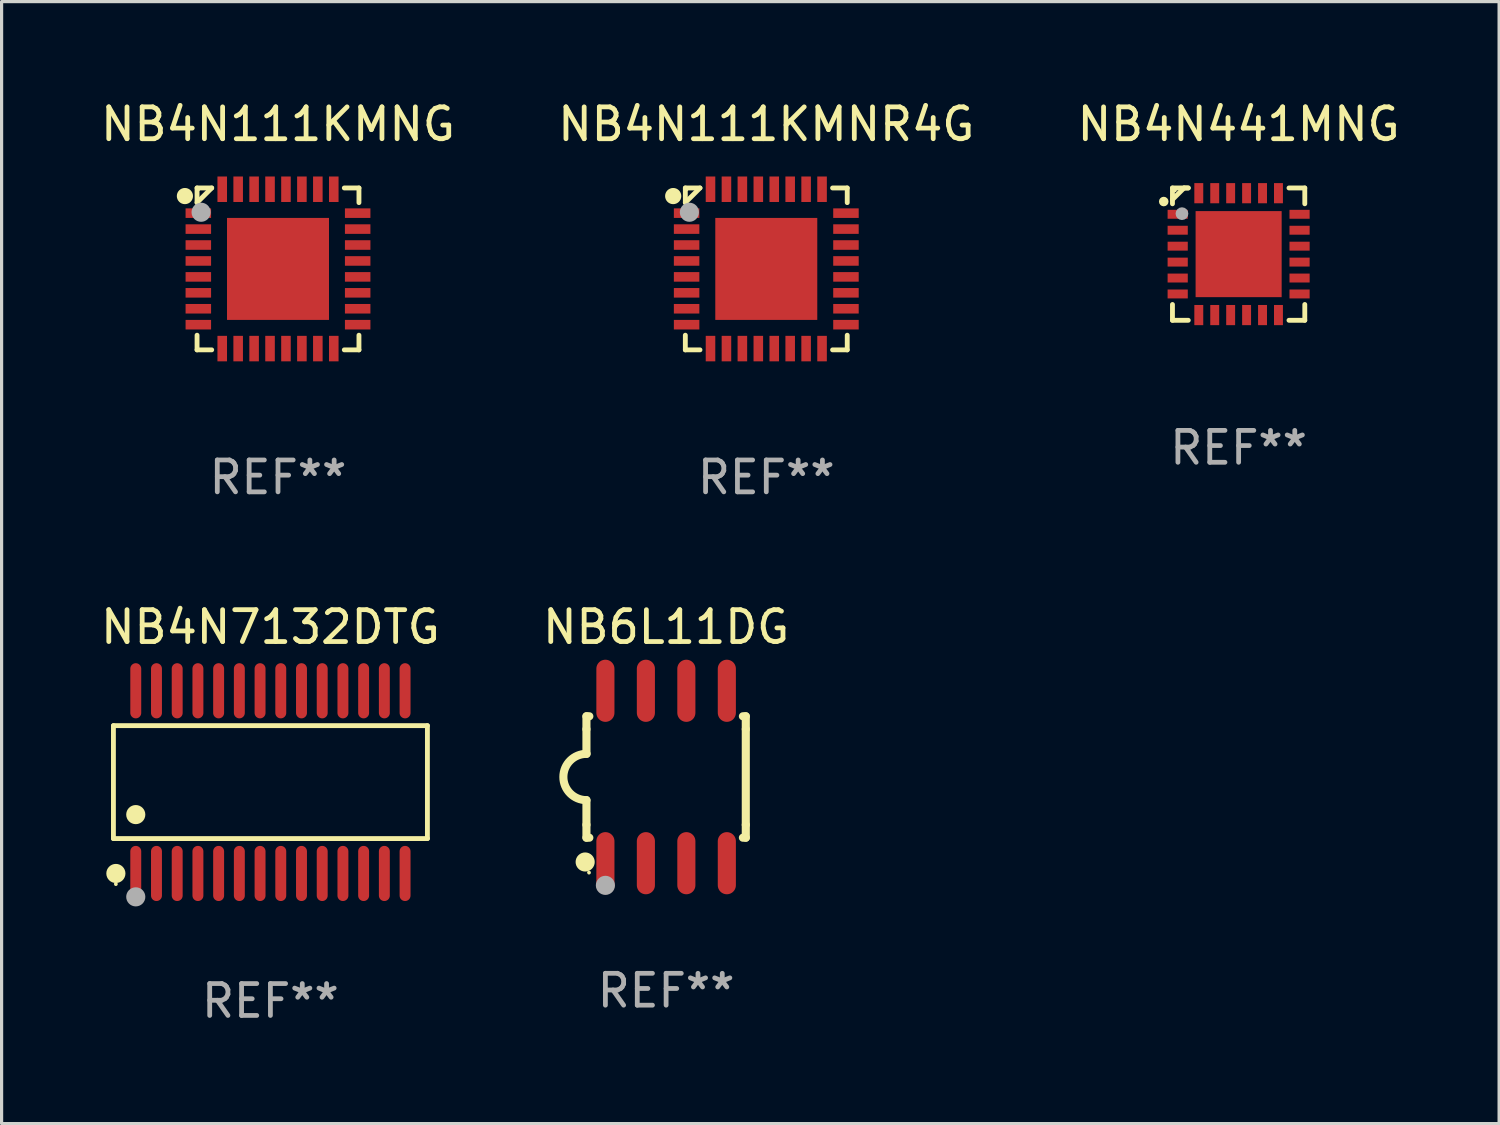
<source format=kicad_pcb>
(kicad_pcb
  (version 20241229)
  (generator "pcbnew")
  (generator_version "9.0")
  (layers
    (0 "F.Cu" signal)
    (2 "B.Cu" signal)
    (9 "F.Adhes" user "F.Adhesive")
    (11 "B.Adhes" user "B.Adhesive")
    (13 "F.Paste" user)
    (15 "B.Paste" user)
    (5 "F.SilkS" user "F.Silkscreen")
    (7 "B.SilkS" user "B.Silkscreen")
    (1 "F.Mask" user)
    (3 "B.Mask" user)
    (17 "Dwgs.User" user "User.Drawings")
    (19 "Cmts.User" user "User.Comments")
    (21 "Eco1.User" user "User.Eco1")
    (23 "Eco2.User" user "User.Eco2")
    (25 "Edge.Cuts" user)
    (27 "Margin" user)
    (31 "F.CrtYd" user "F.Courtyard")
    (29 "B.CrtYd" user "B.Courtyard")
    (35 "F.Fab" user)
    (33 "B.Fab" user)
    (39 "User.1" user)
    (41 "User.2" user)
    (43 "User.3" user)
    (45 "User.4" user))
  (footprint "NB4N111KMNG"
    (layer "F.Cu")
    (at 5.673 5.388)
    (property "Reference" "NB4N111KMNG" (at 0 -4.54 0) (layer "F.SilkS") (effects (font (size 1 1) (thickness 0.15))))
    (attr through_hole)
    (fp_line (start -2.54 -2.54) (end -2.08 -2.54) (stroke (width 0.152) (type solid)) (layer "F.SilkS"))
    (fp_line (start -2.54 -2.08) (end -2.54 -2.54) (stroke (width 0.152) (type solid)) (layer "F.SilkS"))
    (fp_line (start -2.54 -2.08) (end -2.08 -2.54) (stroke (width 0.152) (type solid)) (layer "F.SilkS"))
    (fp_line (start -2.54 2.54) (end -2.54 2.08) (stroke (width 0.152) (type solid)) (layer "F.SilkS"))
    (fp_line (start -2.08 2.54) (end -2.54 2.54) (stroke (width 0.152) (type solid)) (layer "F.SilkS"))
    (fp_line (start 2.08 -2.54) (end 2.54 -2.54) (stroke (width 0.152) (type solid)) (layer "F.SilkS"))
    (fp_line (start 2.54 -2.54) (end 2.54 -2.08) (stroke (width 0.152) (type solid)) (layer "F.SilkS"))
    (fp_line (start 2.54 2.08) (end 2.54 2.54) (stroke (width 0.152) (type solid)) (layer "F.SilkS"))
    (fp_line (start 2.54 2.54) (end 2.08 2.54) (stroke (width 0.152) (type solid)) (layer "F.SilkS"))
    (fp_circle (center -2.921 -2.286) (end -2.794 -2.286) (stroke (width 0.254) (type solid)) (fill no) (layer "F.SilkS"))
    (fp_circle (center -2.5 -2.5) (end -2.47 -2.5) (stroke (width 0.06) (type solid)) (fill no) (layer "F.SilkS"))
    (fp_circle (center -2.413 -1.778) (end -2.263 -1.778) (stroke (width 0.3) (type solid)) (fill no) (layer "F.Fab"))
    (fp_text user "REF**" (at 0 6.54 0) (layer "F.Fab") (effects (font (size 1 1) (thickness 0.15))))
    (pad "1" smd rect (at -2.5 -1.75 90) (size 0.3 0.8) (layers "F.Cu" "F.Mask" "F.Paste"))
    (pad "2" smd rect (at -2.5 -1.25 90) (size 0.3 0.8) (layers "F.Cu" "F.Mask" "F.Paste"))
    (pad "3" smd rect (at -2.5 -0.75 90) (size 0.3 0.8) (layers "F.Cu" "F.Mask" "F.Paste"))
    (pad "4" smd rect (at -2.5 -0.25 90) (size 0.3 0.8) (layers "F.Cu" "F.Mask" "F.Paste"))
    (pad "5" smd rect (at -2.5 0.25 90) (size 0.3 0.8) (layers "F.Cu" "F.Mask" "F.Paste"))
    (pad "6" smd rect (at -2.5 0.75 90) (size 0.3 0.8) (layers "F.Cu" "F.Mask" "F.Paste"))
    (pad "7" smd rect (at -2.5 1.25 90) (size 0.3 0.8) (layers "F.Cu" "F.Mask" "F.Paste"))
    (pad "8" smd rect (at -2.5 1.75 90) (size 0.3 0.8) (layers "F.Cu" "F.Mask" "F.Paste"))
    (pad "9" smd rect (at -1.75 2.5 180) (size 0.3 0.8) (layers "F.Cu" "F.Mask" "F.Paste"))
    (pad "10" smd rect (at -1.25 2.5 180) (size 0.3 0.8) (layers "F.Cu" "F.Mask" "F.Paste"))
    (pad "11" smd rect (at -0.75 2.5 180) (size 0.3 0.8) (layers "F.Cu" "F.Mask" "F.Paste"))
    (pad "12" smd rect (at -0.25 2.5 180) (size 0.3 0.8) (layers "F.Cu" "F.Mask" "F.Paste"))
    (pad "13" smd rect (at 0.25 2.5 180) (size 0.3 0.8) (layers "F.Cu" "F.Mask" "F.Paste"))
    (pad "14" smd rect (at 0.75 2.5 180) (size 0.3 0.8) (layers "F.Cu" "F.Mask" "F.Paste"))
    (pad "15" smd rect (at 1.25 2.5 180) (size 0.3 0.8) (layers "F.Cu" "F.Mask" "F.Paste"))
    (pad "16" smd rect (at 1.75 2.5 180) (size 0.3 0.8) (layers "F.Cu" "F.Mask" "F.Paste"))
    (pad "17" smd rect (at 2.5 1.75 270) (size 0.3 0.8) (layers "F.Cu" "F.Mask" "F.Paste"))
    (pad "18" smd rect (at 2.5 1.25 270) (size 0.3 0.8) (layers "F.Cu" "F.Mask" "F.Paste"))
    (pad "19" smd rect (at 2.5 0.75 270) (size 0.3 0.8) (layers "F.Cu" "F.Mask" "F.Paste"))
    (pad "20" smd rect (at 2.5 0.25 270) (size 0.3 0.8) (layers "F.Cu" "F.Mask" "F.Paste"))
    (pad "21" smd rect (at 2.5 -0.25 270) (size 0.3 0.8) (layers "F.Cu" "F.Mask" "F.Paste"))
    (pad "22" smd rect (at 2.5 -0.75 270) (size 0.3 0.8) (layers "F.Cu" "F.Mask" "F.Paste"))
    (pad "23" smd rect (at 2.5 -1.25 270) (size 0.3 0.8) (layers "F.Cu" "F.Mask" "F.Paste"))
    (pad "24" smd rect (at 2.5 -1.75 270) (size 0.3 0.8) (layers "F.Cu" "F.Mask" "F.Paste"))
    (pad "25" smd rect (at 1.75 -2.5) (size 0.3 0.8) (layers "F.Cu" "F.Mask" "F.Paste"))
    (pad "26" smd rect (at 1.25 -2.5) (size 0.3 0.8) (layers "F.Cu" "F.Mask" "F.Paste"))
    (pad "27" smd rect (at 0.75 -2.5) (size 0.3 0.8) (layers "F.Cu" "F.Mask" "F.Paste"))
    (pad "28" smd rect (at 0.25 -2.5) (size 0.3 0.8) (layers "F.Cu" "F.Mask" "F.Paste"))
    (pad "29" smd rect (at -0.25 -2.5) (size 0.3 0.8) (layers "F.Cu" "F.Mask" "F.Paste"))
    (pad "30" smd rect (at -0.75 -2.5) (size 0.3 0.8) (layers "F.Cu" "F.Mask" "F.Paste"))
    (pad "31" smd rect (at -1.25 -2.5) (size 0.3 0.8) (layers "F.Cu" "F.Mask" "F.Paste"))
    (pad "32" smd rect (at -1.75 -2.5) (size 0.3 0.8) (layers "F.Cu" "F.Mask" "F.Paste"))
    (pad "33" smd rect (at 0 0 90) (size 3.2 3.2) (layers "F.Cu" "F.Mask" "F.Paste")))
  (footprint "NB6L11DG"
    (layer "F.Cu")
    (at 17.851 21.33)
    (property "Reference" "NB6L11DG" (at 0 -4.705 0) (layer "F.SilkS") (effects (font (size 1 1) (thickness 0.15))))
    (attr through_hole)
    (fp_line (start -2.5 -1.905) (end -2.409 -1.905) (stroke (width 0.254) (type solid)) (layer "F.SilkS"))
    (fp_line (start -2.5 -1.5) (end -2.5 -1.905) (stroke (width 0.254) (type solid)) (layer "F.SilkS"))
    (fp_line (start -2.5 -1.5) (end -2.5 -0.726) (stroke (width 0.254) (type solid)) (layer "F.SilkS"))
    (fp_line (start -2.5 1.5) (end -2.5 0.727) (stroke (width 0.254) (type solid)) (layer "F.SilkS"))
    (fp_line (start -2.5 1.5) (end -2.5 1.905) (stroke (width 0.254) (type solid)) (layer "F.SilkS"))
    (fp_line (start -2.5 1.905) (end -2.409 1.905) (stroke (width 0.254) (type solid)) (layer "F.SilkS"))
    (fp_line (start 2.5 -1.905) (end 2.409 -1.905) (stroke (width 0.254) (type solid)) (layer "F.SilkS"))
    (fp_line (start 2.5 -1.5) (end 2.5 -1.905) (stroke (width 0.254) (type solid)) (layer "F.SilkS"))
    (fp_line (start 2.5 -1.5) (end 2.5 1.5) (stroke (width 0.254) (type solid)) (layer "F.SilkS"))
    (fp_line (start 2.5 1.5) (end 2.5 1.905) (stroke (width 0.254) (type solid)) (layer "F.SilkS"))
    (fp_line (start 2.5 1.905) (end 2.409 1.905) (stroke (width 0.254) (type solid)) (layer "F.SilkS"))
    (fp_arc (start -2.5 0.726568) (mid -3.220316 -0.0023) (end -2.495097 -0.726289) (stroke (width 0.254001) (type solid)) (layer "F.SilkS"))
    (fp_circle (center -2.54 2.667) (end -2.39 2.667) (stroke (width 0.3) (type solid)) (fill no) (layer "F.SilkS"))
    (fp_circle (center -2.42 3) (end -2.39 3) (stroke (width 0.06) (type solid)) (fill no) (layer "F.SilkS"))
    (fp_circle (center -1.905 3.4) (end -1.755 3.4) (stroke (width 0.3) (type solid)) (fill no) (layer "F.Fab"))
    (fp_text user "REF**" (at 0 6.705 0) (layer "F.Fab") (effects (font (size 1 1) (thickness 0.15))))
    (pad "1" smd oval (at -1.905 2.705) (size 0.568 1.95) (layers "F.Cu" "F.Mask" "F.Paste"))
    (pad "2" smd oval (at -0.635 2.705) (size 0.568 1.95) (layers "F.Cu" "F.Mask" "F.Paste"))
    (pad "3" smd oval (at 0.635 2.705) (size 0.568 1.95) (layers "F.Cu" "F.Mask" "F.Paste"))
    (pad "4" smd oval (at 1.905 2.705) (size 0.568 1.95) (layers "F.Cu" "F.Mask" "F.Paste"))
    (pad "5" smd oval (at 1.905 -2.705) (size 0.568 1.95) (layers "F.Cu" "F.Mask" "F.Paste"))
    (pad "6" smd oval (at 0.635 -2.705) (size 0.568 1.95) (layers "F.Cu" "F.Mask" "F.Paste"))
    (pad "7" smd oval (at -0.635 -2.705) (size 0.568 1.95) (layers "F.Cu" "F.Mask" "F.Paste"))
    (pad "8" smd oval (at -1.905 -2.705) (size 0.568 1.95) (layers "F.Cu" "F.Mask" "F.Paste")))
  (footprint "NB4N7132DTG"
    (layer "F.Cu")
    (at 5.435 21.491)
    (property "Reference" "NB4N7132DTG" (at 0 -4.866 0) (layer "F.SilkS") (effects (font (size 1 1) (thickness 0.15))))
    (attr through_hole)
    (fp_line (start -4.926 -1.772) (end 4.926 -1.772) (stroke (width 0.152) (type solid)) (layer "F.SilkS"))
    (fp_line (start -4.926 1.771) (end -4.926 -1.772) (stroke (width 0.152) (type solid)) (layer "F.SilkS"))
    (fp_line (start 4.926 -1.772) (end 4.926 1.771) (stroke (width 0.152) (type solid)) (layer "F.SilkS"))
    (fp_line (start 4.926 1.771) (end -4.926 1.771) (stroke (width 0.152) (type solid)) (layer "F.SilkS"))
    (fp_circle (center -4.85 3.2) (end -4.82 3.2) (stroke (width 0.06) (type solid)) (fill no) (layer "F.SilkS"))
    (fp_circle (center -4.849 2.866) (end -4.699 2.866) (stroke (width 0.3) (type solid)) (fill no) (layer "F.SilkS"))
    (fp_circle (center -4.225 1.019) (end -4.075 1.019) (stroke (width 0.3) (type solid)) (fill no) (layer "F.SilkS"))
    (fp_circle (center -4.225 3.6) (end -4.075 3.6) (stroke (width 0.3) (type solid)) (fill no) (layer "F.Fab"))
    (fp_text user "REF**" (at 0 6.866 0) (layer "F.Fab") (effects (font (size 1 1) (thickness 0.15))))
    (pad "1" smd oval (at -4.225 2.866) (size 0.343 1.731) (layers "F.Cu" "F.Mask" "F.Paste"))
    (pad "2" smd oval (at -3.575 2.866) (size 0.343 1.731) (layers "F.Cu" "F.Mask" "F.Paste"))
    (pad "3" smd oval (at -2.925 2.866) (size 0.343 1.731) (layers "F.Cu" "F.Mask" "F.Paste"))
    (pad "4" smd oval (at -2.275 2.866) (size 0.343 1.731) (layers "F.Cu" "F.Mask" "F.Paste"))
    (pad "5" smd oval (at -1.625 2.866) (size 0.343 1.731) (layers "F.Cu" "F.Mask" "F.Paste"))
    (pad "6" smd oval (at -0.975 2.866) (size 0.343 1.731) (layers "F.Cu" "F.Mask" "F.Paste"))
    (pad "7" smd oval (at -0.325 2.866) (size 0.343 1.731) (layers "F.Cu" "F.Mask" "F.Paste"))
    (pad "8" smd oval (at 0.325 2.866) (size 0.343 1.731) (layers "F.Cu" "F.Mask" "F.Paste"))
    (pad "9" smd oval (at 0.975 2.866) (size 0.343 1.731) (layers "F.Cu" "F.Mask" "F.Paste"))
    (pad "10" smd oval (at 1.625 2.866) (size 0.343 1.731) (layers "F.Cu" "F.Mask" "F.Paste"))
    (pad "11" smd oval (at 2.275 2.866) (size 0.343 1.731) (layers "F.Cu" "F.Mask" "F.Paste"))
    (pad "12" smd oval (at 2.925 2.866) (size 0.343 1.731) (layers "F.Cu" "F.Mask" "F.Paste"))
    (pad "13" smd oval (at 3.575 2.866) (size 0.343 1.731) (layers "F.Cu" "F.Mask" "F.Paste"))
    (pad "14" smd oval (at 4.225 2.866) (size 0.343 1.731) (layers "F.Cu" "F.Mask" "F.Paste"))
    (pad "15" smd oval (at 4.225 -2.866) (size 0.343 1.731) (layers "F.Cu" "F.Mask" "F.Paste"))
    (pad "16" smd oval (at 3.575 -2.866) (size 0.343 1.731) (layers "F.Cu" "F.Mask" "F.Paste"))
    (pad "17" smd oval (at 2.925 -2.866) (size 0.343 1.731) (layers "F.Cu" "F.Mask" "F.Paste"))
    (pad "18" smd oval (at 2.275 -2.866) (size 0.343 1.731) (layers "F.Cu" "F.Mask" "F.Paste"))
    (pad "19" smd oval (at 1.625 -2.866) (size 0.343 1.731) (layers "F.Cu" "F.Mask" "F.Paste"))
    (pad "20" smd oval (at 0.975 -2.866) (size 0.343 1.731) (layers "F.Cu" "F.Mask" "F.Paste"))
    (pad "21" smd oval (at 0.325 -2.866) (size 0.343 1.731) (layers "F.Cu" "F.Mask" "F.Paste"))
    (pad "22" smd oval (at -0.325 -2.866) (size 0.343 1.731) (layers "F.Cu" "F.Mask" "F.Paste"))
    (pad "23" smd oval (at -0.975 -2.866) (size 0.343 1.731) (layers "F.Cu" "F.Mask" "F.Paste"))
    (pad "24" smd oval (at -1.625 -2.866) (size 0.343 1.731) (layers "F.Cu" "F.Mask" "F.Paste"))
    (pad "25" smd oval (at -2.275 -2.866) (size 0.343 1.731) (layers "F.Cu" "F.Mask" "F.Paste"))
    (pad "26" smd oval (at -2.925 -2.866) (size 0.343 1.731) (layers "F.Cu" "F.Mask" "F.Paste"))
    (pad "27" smd oval (at -3.575 -2.866) (size 0.343 1.731) (layers "F.Cu" "F.Mask" "F.Paste"))
    (pad "28" smd oval (at -4.225 -2.866) (size 0.343 1.731) (layers "F.Cu" "F.Mask" "F.Paste")))
  (footprint "NB4N441MNG"
    (layer "F.Cu")
    (at 35.815 4.924)
    (property "Reference" "NB4N441MNG" (at 0 -4.076 0) (layer "F.SilkS") (effects (font (size 1 1) (thickness 0.15))))
    (attr through_hole)
    (fp_line (start -2.076 -2.076) (end -2.076 -1.58) (stroke (width 0.152) (type solid)) (layer "F.SilkS"))
    (fp_line (start -2.076 2.076) (end -2.076 1.58) (stroke (width 0.152) (type solid)) (layer "F.SilkS"))
    (fp_line (start -1.713 -2.076) (end -2.076 -1.713) (stroke (width 0.152) (type solid)) (layer "F.SilkS"))
    (fp_line (start -1.58 -2.076) (end -2.076 -2.076) (stroke (width 0.152) (type solid)) (layer "F.SilkS"))
    (fp_line (start -1.58 -2.076) (end -1.713 -2.076) (stroke (width 0.152) (type solid)) (layer "F.SilkS"))
    (fp_line (start -1.58 2.076) (end -2.076 2.076) (stroke (width 0.152) (type solid)) (layer "F.SilkS"))
    (fp_line (start 1.58 -2.076) (end 2.076 -2.076) (stroke (width 0.152) (type solid)) (layer "F.SilkS"))
    (fp_line (start 1.58 2.076) (end 2.076 2.076) (stroke (width 0.152) (type solid)) (layer "F.SilkS"))
    (fp_line (start 2.076 -2.076) (end 2.076 -1.58) (stroke (width 0.152) (type solid)) (layer "F.SilkS"))
    (fp_line (start 2.076 2.076) (end 2.076 1.58) (stroke (width 0.152) (type solid)) (layer "F.SilkS"))
    (fp_circle (center -2.35 -1.65) (end -2.275 -1.65) (stroke (width 0.15) (type solid)) (fill no) (layer "F.SilkS"))
    (fp_circle (center -2 -2) (end -1.97 -2) (stroke (width 0.06) (type solid)) (fill no) (layer "F.SilkS"))
    (fp_circle (center -1.778 -1.27) (end -1.678 -1.27) (stroke (width 0.2) (type solid)) (fill no) (layer "F.Fab"))
    (fp_text user "REF**" (at 0 6.076 0) (layer "F.Fab") (effects (font (size 1 1) (thickness 0.15))))
    (pad "1" smd rect (at -1.912 -1.25) (size 0.633 0.28) (layers "F.Cu" "F.Mask" "F.Paste"))
    (pad "2" smd rect (at -1.912 -0.75) (size 0.633 0.28) (layers "F.Cu" "F.Mask" "F.Paste"))
    (pad "3" smd rect (at -1.912 -0.25) (size 0.633 0.28) (layers "F.Cu" "F.Mask" "F.Paste"))
    (pad "4" smd rect (at -1.912 0.25) (size 0.633 0.28) (layers "F.Cu" "F.Mask" "F.Paste"))
    (pad "5" smd rect (at -1.912 0.75) (size 0.633 0.28) (layers "F.Cu" "F.Mask" "F.Paste"))
    (pad "6" smd rect (at -1.912 1.25) (size 0.633 0.28) (layers "F.Cu" "F.Mask" "F.Paste"))
    (pad "7" smd rect (at -1.25 1.912) (size 0.28 0.633) (layers "F.Cu" "F.Mask" "F.Paste"))
    (pad "8" smd rect (at -0.75 1.912) (size 0.28 0.633) (layers "F.Cu" "F.Mask" "F.Paste"))
    (pad "9" smd rect (at -0.25 1.912) (size 0.28 0.633) (layers "F.Cu" "F.Mask" "F.Paste"))
    (pad "10" smd rect (at 0.25 1.912) (size 0.28 0.633) (layers "F.Cu" "F.Mask" "F.Paste"))
    (pad "11" smd rect (at 0.75 1.912) (size 0.28 0.633) (layers "F.Cu" "F.Mask" "F.Paste"))
    (pad "12" smd rect (at 1.25 1.912) (size 0.28 0.633) (layers "F.Cu" "F.Mask" "F.Paste"))
    (pad "13" smd rect (at 1.912 1.25) (size 0.633 0.28) (layers "F.Cu" "F.Mask" "F.Paste"))
    (pad "14" smd rect (at 1.912 0.75) (size 0.633 0.28) (layers "F.Cu" "F.Mask" "F.Paste"))
    (pad "15" smd rect (at 1.912 0.25) (size 0.633 0.28) (layers "F.Cu" "F.Mask" "F.Paste"))
    (pad "16" smd rect (at 1.912 -0.25) (size 0.633 0.28) (layers "F.Cu" "F.Mask" "F.Paste"))
    (pad "17" smd rect (at 1.912 -0.75) (size 0.633 0.28) (layers "F.Cu" "F.Mask" "F.Paste"))
    (pad "18" smd rect (at 1.912 -1.25) (size 0.633 0.28) (layers "F.Cu" "F.Mask" "F.Paste"))
    (pad "19" smd rect (at 1.25 -1.912) (size 0.28 0.633) (layers "F.Cu" "F.Mask" "F.Paste"))
    (pad "20" smd rect (at 0.75 -1.912) (size 0.28 0.633) (layers "F.Cu" "F.Mask" "F.Paste"))
    (pad "21" smd rect (at 0.25 -1.912) (size 0.28 0.633) (layers "F.Cu" "F.Mask" "F.Paste"))
    (pad "22" smd rect (at -0.25 -1.912) (size 0.28 0.633) (layers "F.Cu" "F.Mask" "F.Paste"))
    (pad "23" smd rect (at -0.75 -1.912) (size 0.28 0.633) (layers "F.Cu" "F.Mask" "F.Paste"))
    (pad "24" smd rect (at -1.25 -1.912) (size 0.28 0.633) (layers "F.Cu" "F.Mask" "F.Paste"))
    (pad "25" smd rect (at 0 0) (size 2.7 2.7) (layers "F.Cu" "F.Mask" "F.Paste")))
  (footprint "NB4N111KMNR4G"
    (layer "F.Cu")
    (at 20.994 5.388)
    (property "Reference" "NB4N111KMNR4G" (at 0 -4.54 0) (layer "F.SilkS") (effects (font (size 1 1) (thickness 0.15))))
    (attr through_hole)
    (fp_line (start -2.54 -2.54) (end -2.08 -2.54) (stroke (width 0.152) (type solid)) (layer "F.SilkS"))
    (fp_line (start -2.54 -2.08) (end -2.54 -2.54) (stroke (width 0.152) (type solid)) (layer "F.SilkS"))
    (fp_line (start -2.54 -2.08) (end -2.08 -2.54) (stroke (width 0.152) (type solid)) (layer "F.SilkS"))
    (fp_line (start -2.54 2.54) (end -2.54 2.08) (stroke (width 0.152) (type solid)) (layer "F.SilkS"))
    (fp_line (start -2.08 2.54) (end -2.54 2.54) (stroke (width 0.152) (type solid)) (layer "F.SilkS"))
    (fp_line (start 2.08 -2.54) (end 2.54 -2.54) (stroke (width 0.152) (type solid)) (layer "F.SilkS"))
    (fp_line (start 2.54 -2.54) (end 2.54 -2.08) (stroke (width 0.152) (type solid)) (layer "F.SilkS"))
    (fp_line (start 2.54 2.08) (end 2.54 2.54) (stroke (width 0.152) (type solid)) (layer "F.SilkS"))
    (fp_line (start 2.54 2.54) (end 2.08 2.54) (stroke (width 0.152) (type solid)) (layer "F.SilkS"))
    (fp_circle (center -2.921 -2.286) (end -2.794 -2.286) (stroke (width 0.254) (type solid)) (fill no) (layer "F.SilkS"))
    (fp_circle (center -2.5 -2.5) (end -2.47 -2.5) (stroke (width 0.06) (type solid)) (fill no) (layer "F.SilkS"))
    (fp_circle (center -2.413 -1.778) (end -2.263 -1.778) (stroke (width 0.3) (type solid)) (fill no) (layer "F.Fab"))
    (fp_text user "REF**" (at 0 6.54 0) (layer "F.Fab") (effects (font (size 1 1) (thickness 0.15))))
    (pad "1" smd rect (at -2.5 -1.75 90) (size 0.3 0.8) (layers "F.Cu" "F.Mask" "F.Paste"))
    (pad "2" smd rect (at -2.5 -1.25 90) (size 0.3 0.8) (layers "F.Cu" "F.Mask" "F.Paste"))
    (pad "3" smd rect (at -2.5 -0.75 90) (size 0.3 0.8) (layers "F.Cu" "F.Mask" "F.Paste"))
    (pad "4" smd rect (at -2.5 -0.25 90) (size 0.3 0.8) (layers "F.Cu" "F.Mask" "F.Paste"))
    (pad "5" smd rect (at -2.5 0.25 90) (size 0.3 0.8) (layers "F.Cu" "F.Mask" "F.Paste"))
    (pad "6" smd rect (at -2.5 0.75 90) (size 0.3 0.8) (layers "F.Cu" "F.Mask" "F.Paste"))
    (pad "7" smd rect (at -2.5 1.25 90) (size 0.3 0.8) (layers "F.Cu" "F.Mask" "F.Paste"))
    (pad "8" smd rect (at -2.5 1.75 90) (size 0.3 0.8) (layers "F.Cu" "F.Mask" "F.Paste"))
    (pad "9" smd rect (at -1.75 2.5 180) (size 0.3 0.8) (layers "F.Cu" "F.Mask" "F.Paste"))
    (pad "10" smd rect (at -1.25 2.5 180) (size 0.3 0.8) (layers "F.Cu" "F.Mask" "F.Paste"))
    (pad "11" smd rect (at -0.75 2.5 180) (size 0.3 0.8) (layers "F.Cu" "F.Mask" "F.Paste"))
    (pad "12" smd rect (at -0.25 2.5 180) (size 0.3 0.8) (layers "F.Cu" "F.Mask" "F.Paste"))
    (pad "13" smd rect (at 0.25 2.5 180) (size 0.3 0.8) (layers "F.Cu" "F.Mask" "F.Paste"))
    (pad "14" smd rect (at 0.75 2.5 180) (size 0.3 0.8) (layers "F.Cu" "F.Mask" "F.Paste"))
    (pad "15" smd rect (at 1.25 2.5 180) (size 0.3 0.8) (layers "F.Cu" "F.Mask" "F.Paste"))
    (pad "16" smd rect (at 1.75 2.5 180) (size 0.3 0.8) (layers "F.Cu" "F.Mask" "F.Paste"))
    (pad "17" smd rect (at 2.5 1.75 270) (size 0.3 0.8) (layers "F.Cu" "F.Mask" "F.Paste"))
    (pad "18" smd rect (at 2.5 1.25 270) (size 0.3 0.8) (layers "F.Cu" "F.Mask" "F.Paste"))
    (pad "19" smd rect (at 2.5 0.75 270) (size 0.3 0.8) (layers "F.Cu" "F.Mask" "F.Paste"))
    (pad "20" smd rect (at 2.5 0.25 270) (size 0.3 0.8) (layers "F.Cu" "F.Mask" "F.Paste"))
    (pad "21" smd rect (at 2.5 -0.25 270) (size 0.3 0.8) (layers "F.Cu" "F.Mask" "F.Paste"))
    (pad "22" smd rect (at 2.5 -0.75 270) (size 0.3 0.8) (layers "F.Cu" "F.Mask" "F.Paste"))
    (pad "23" smd rect (at 2.5 -1.25 270) (size 0.3 0.8) (layers "F.Cu" "F.Mask" "F.Paste"))
    (pad "24" smd rect (at 2.5 -1.75 270) (size 0.3 0.8) (layers "F.Cu" "F.Mask" "F.Paste"))
    (pad "25" smd rect (at 1.75 -2.5) (size 0.3 0.8) (layers "F.Cu" "F.Mask" "F.Paste"))
    (pad "26" smd rect (at 1.25 -2.5) (size 0.3 0.8) (layers "F.Cu" "F.Mask" "F.Paste"))
    (pad "27" smd rect (at 0.75 -2.5) (size 0.3 0.8) (layers "F.Cu" "F.Mask" "F.Paste"))
    (pad "28" smd rect (at 0.25 -2.5) (size 0.3 0.8) (layers "F.Cu" "F.Mask" "F.Paste"))
    (pad "29" smd rect (at -0.25 -2.5) (size 0.3 0.8) (layers "F.Cu" "F.Mask" "F.Paste"))
    (pad "30" smd rect (at -0.75 -2.5) (size 0.3 0.8) (layers "F.Cu" "F.Mask" "F.Paste"))
    (pad "31" smd rect (at -1.25 -2.5) (size 0.3 0.8) (layers "F.Cu" "F.Mask" "F.Paste"))
    (pad "32" smd rect (at -1.75 -2.5) (size 0.3 0.8) (layers "F.Cu" "F.Mask" "F.Paste"))
    (pad "33" smd rect (at 0 0 90) (size 3.2 3.2) (layers "F.Cu" "F.Mask" "F.Paste")))
  (gr_rect
    (start -3 -3)
    (end 43.988 32.205)
    (stroke (width 0.1) (type default))
    (fill no)
    (layer "Edge.Cuts")))
</source>
